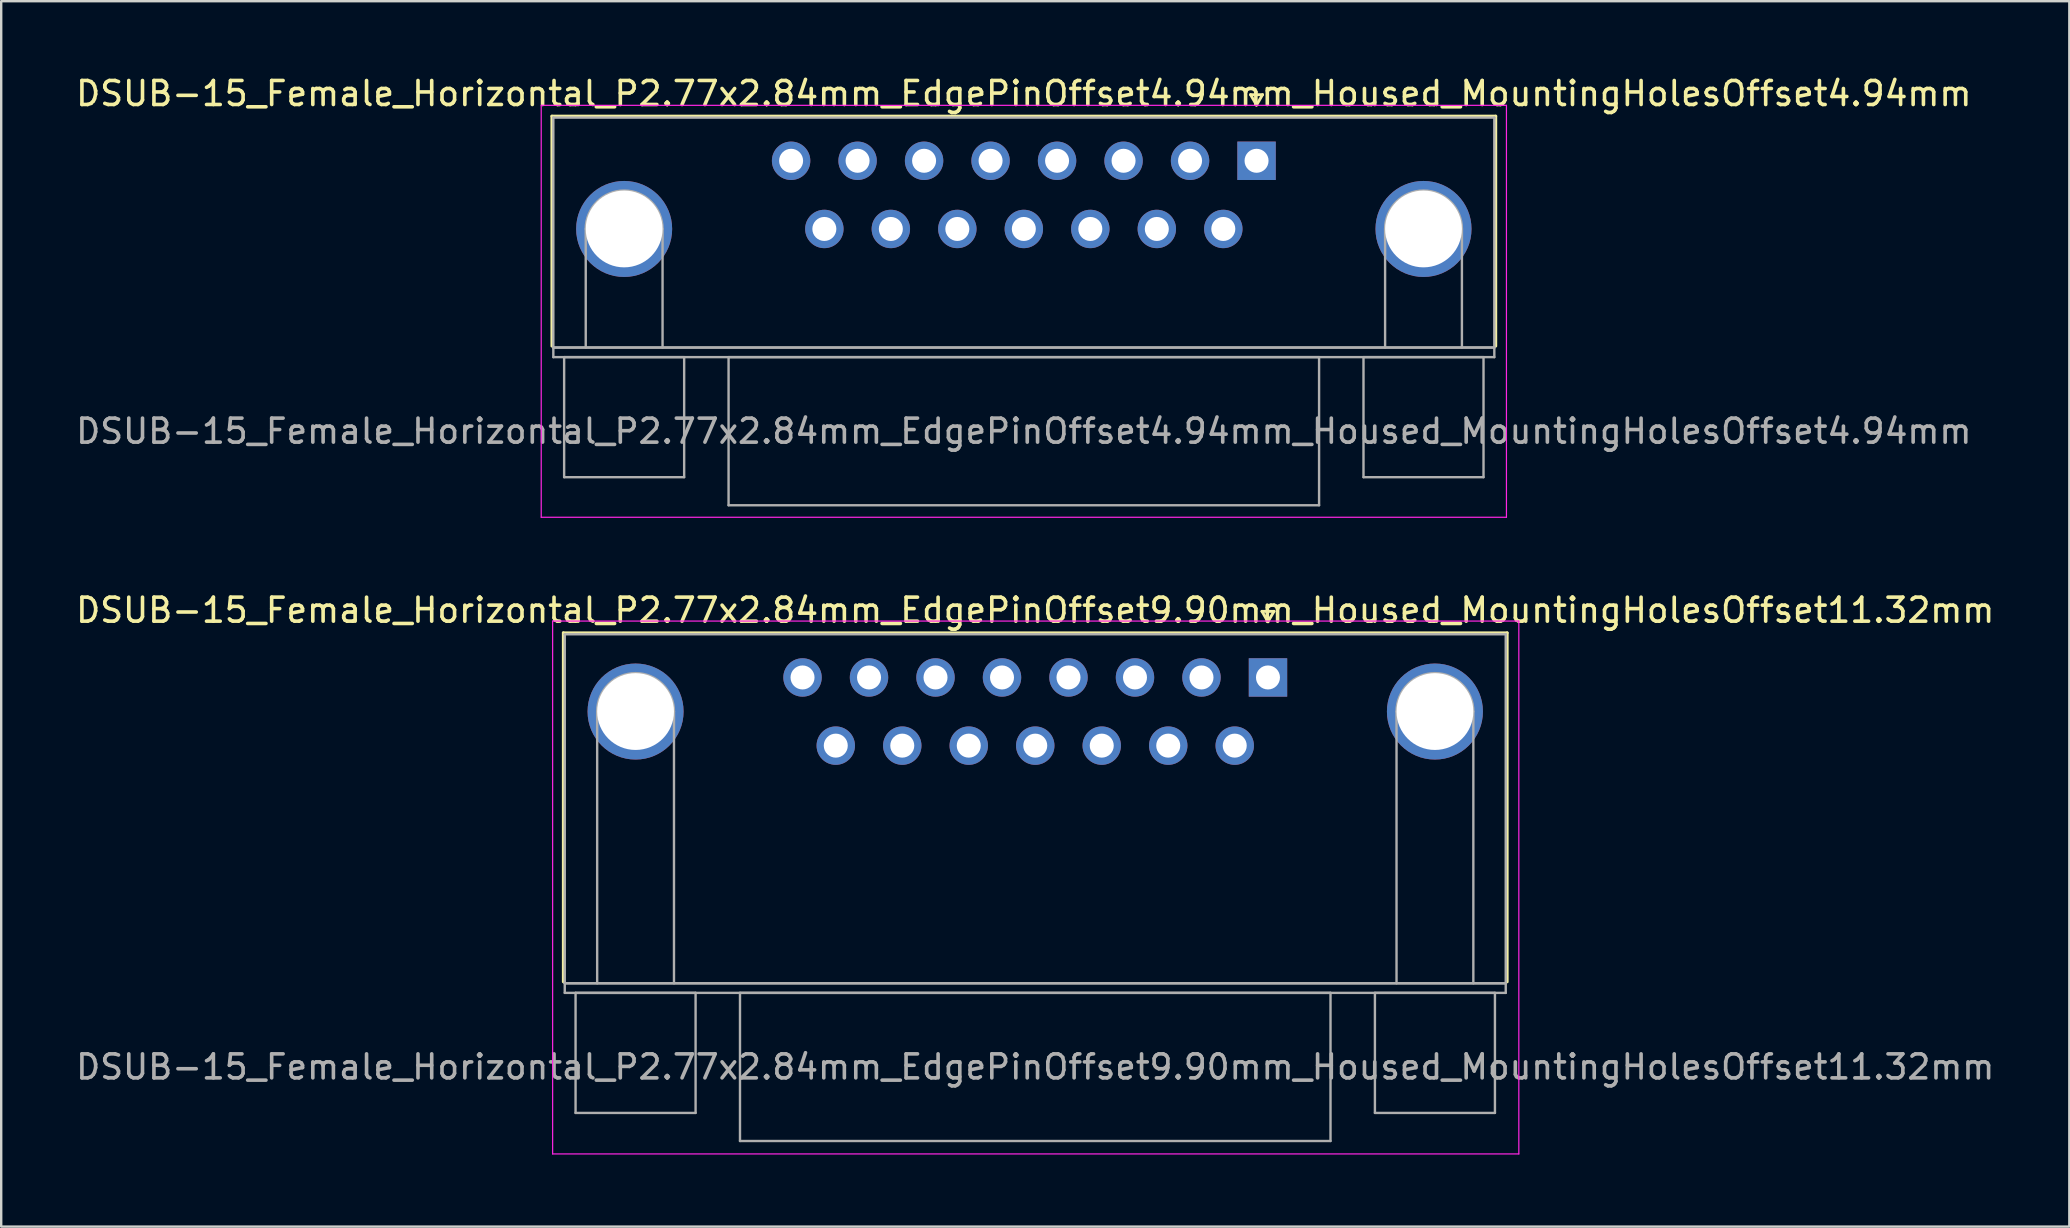
<source format=kicad_pcb>
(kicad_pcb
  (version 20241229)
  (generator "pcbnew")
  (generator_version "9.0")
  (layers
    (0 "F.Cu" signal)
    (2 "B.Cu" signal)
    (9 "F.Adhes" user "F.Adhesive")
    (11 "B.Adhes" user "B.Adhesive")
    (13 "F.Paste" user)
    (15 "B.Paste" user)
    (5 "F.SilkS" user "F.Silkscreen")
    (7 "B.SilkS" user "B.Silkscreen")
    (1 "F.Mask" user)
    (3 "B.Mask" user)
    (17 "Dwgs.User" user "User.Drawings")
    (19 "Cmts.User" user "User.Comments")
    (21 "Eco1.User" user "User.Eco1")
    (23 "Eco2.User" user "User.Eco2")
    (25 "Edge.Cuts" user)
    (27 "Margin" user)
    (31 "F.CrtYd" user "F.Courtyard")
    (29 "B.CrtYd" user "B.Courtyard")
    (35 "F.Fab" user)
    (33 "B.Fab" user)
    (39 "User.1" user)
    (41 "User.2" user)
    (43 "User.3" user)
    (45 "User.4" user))
  (footprint "DSUB-15_Female_Horizontal_P2.77x2.84mm_EdgePinOffset9.90mm_Housed_MountingHolesOffset11.32mm"
    (layer "F.Cu")
    (at 49.772 25.172)
    (property "Reference" "DSUB-15_Female_Horizontal_P2.77x2.84mm_EdgePinOffset9.90mm_Housed_MountingHolesOffset11.32mm" (at -9.695 -2.8 0) (layer "F.SilkS") (effects (font (size 1 1) (thickness 0.15))))
    (attr through_hole)
    (fp_line (start -29.355 -1.86) (end 9.965 -1.86) (stroke (width 0.12) (type solid)) (layer "F.SilkS"))
    (fp_line (start -29.355 12.68) (end -29.355 -1.86) (stroke (width 0.12) (type solid)) (layer "F.SilkS"))
    (fp_line (start -0.25 -2.754) (end 0.25 -2.754) (stroke (width 0.12) (type solid)) (layer "F.SilkS"))
    (fp_line (start 0 -2.321) (end -0.25 -2.754) (stroke (width 0.12) (type solid)) (layer "F.SilkS"))
    (fp_line (start 0.25 -2.754) (end 0 -2.321) (stroke (width 0.12) (type solid)) (layer "F.SilkS"))
    (fp_line (start 9.965 -1.86) (end 9.965 12.68) (stroke (width 0.12) (type solid)) (layer "F.SilkS"))
    (fp_line (start -29.8 -2.35) (end -29.8 19.85) (stroke (width 0.05) (type solid)) (layer "F.CrtYd"))
    (fp_line (start -29.8 19.85) (end 10.45 19.85) (stroke (width 0.05) (type solid)) (layer "F.CrtYd"))
    (fp_line (start 10.45 -2.35) (end -29.8 -2.35) (stroke (width 0.05) (type solid)) (layer "F.CrtYd"))
    (fp_line (start 10.45 19.85) (end 10.45 -2.35) (stroke (width 0.05) (type solid)) (layer "F.CrtYd"))
    (fp_line (start -29.295 -1.8) (end -29.295 12.74) (stroke (width 0.1) (type solid)) (layer "F.Fab"))
    (fp_line (start -29.295 12.74) (end -29.295 13.14) (stroke (width 0.1) (type solid)) (layer "F.Fab"))
    (fp_line (start -29.295 12.74) (end 9.905 12.74) (stroke (width 0.1) (type solid)) (layer "F.Fab"))
    (fp_line (start -29.295 13.14) (end 9.905 13.14) (stroke (width 0.1) (type solid)) (layer "F.Fab"))
    (fp_line (start -28.845 13.14) (end -28.845 18.14) (stroke (width 0.1) (type solid)) (layer "F.Fab"))
    (fp_line (start -28.845 18.14) (end -23.845 18.14) (stroke (width 0.1) (type solid)) (layer "F.Fab"))
    (fp_line (start -27.945 12.74) (end -27.945 1.42) (stroke (width 0.1) (type solid)) (layer "F.Fab"))
    (fp_line (start -24.745 12.74) (end -24.745 1.42) (stroke (width 0.1) (type solid)) (layer "F.Fab"))
    (fp_line (start -23.845 13.14) (end -28.845 13.14) (stroke (width 0.1) (type solid)) (layer "F.Fab"))
    (fp_line (start -23.845 18.14) (end -23.845 13.14) (stroke (width 0.1) (type solid)) (layer "F.Fab"))
    (fp_line (start -21.995 13.14) (end -21.995 19.31) (stroke (width 0.1) (type solid)) (layer "F.Fab"))
    (fp_line (start -21.995 19.31) (end 2.605 19.31) (stroke (width 0.1) (type solid)) (layer "F.Fab"))
    (fp_line (start 2.605 13.14) (end -21.995 13.14) (stroke (width 0.1) (type solid)) (layer "F.Fab"))
    (fp_line (start 2.605 19.31) (end 2.605 13.14) (stroke (width 0.1) (type solid)) (layer "F.Fab"))
    (fp_line (start 4.455 13.14) (end 4.455 18.14) (stroke (width 0.1) (type solid)) (layer "F.Fab"))
    (fp_line (start 4.455 18.14) (end 9.455 18.14) (stroke (width 0.1) (type solid)) (layer "F.Fab"))
    (fp_line (start 5.355 12.74) (end 5.355 1.42) (stroke (width 0.1) (type solid)) (layer "F.Fab"))
    (fp_line (start 8.555 12.74) (end 8.555 1.42) (stroke (width 0.1) (type solid)) (layer "F.Fab"))
    (fp_line (start 9.455 13.14) (end 4.455 13.14) (stroke (width 0.1) (type solid)) (layer "F.Fab"))
    (fp_line (start 9.455 18.14) (end 9.455 13.14) (stroke (width 0.1) (type solid)) (layer "F.Fab"))
    (fp_line (start 9.905 -1.8) (end -29.295 -1.8) (stroke (width 0.1) (type solid)) (layer "F.Fab"))
    (fp_line (start 9.905 12.74) (end -29.295 12.74) (stroke (width 0.1) (type solid)) (layer "F.Fab"))
    (fp_line (start 9.905 12.74) (end 9.905 -1.8) (stroke (width 0.1) (type solid)) (layer "F.Fab"))
    (fp_line (start 9.905 13.14) (end 9.905 12.74) (stroke (width 0.1) (type solid)) (layer "F.Fab"))
    (fp_arc (start -27.945 1.42) (mid -26.345 -0.18) (end -24.745 1.42) (stroke (width 0.1) (type solid)) (layer "F.Fab"))
    (fp_arc (start 5.355 1.42) (mid 6.955 -0.18) (end 8.555 1.42) (stroke (width 0.1) (type solid)) (layer "F.Fab"))
    (fp_text user "${REFERENCE}" (at -9.695 16.225 0) (layer "F.Fab") (effects (font (size 1 1) (thickness 0.15))))
    (pad "0" thru_hole circle (at -26.345 1.42) (size 4 4) (drill 3.2) (layers "*.Cu" "*.Mask"))
    (pad "0" thru_hole circle (at 6.955 1.42) (size 4 4) (drill 3.2) (layers "*.Cu" "*.Mask"))
    (pad "1" thru_hole rect (at 0 0) (size 1.6 1.6) (drill 1) (layers "*.Cu" "*.Mask"))
    (pad "2" thru_hole circle (at -2.77 0) (size 1.6 1.6) (drill 1) (layers "*.Cu" "*.Mask"))
    (pad "3" thru_hole circle (at -5.54 0) (size 1.6 1.6) (drill 1) (layers "*.Cu" "*.Mask"))
    (pad "4" thru_hole circle (at -8.31 0) (size 1.6 1.6) (drill 1) (layers "*.Cu" "*.Mask"))
    (pad "5" thru_hole circle (at -11.08 0) (size 1.6 1.6) (drill 1) (layers "*.Cu" "*.Mask"))
    (pad "6" thru_hole circle (at -13.85 0) (size 1.6 1.6) (drill 1) (layers "*.Cu" "*.Mask"))
    (pad "7" thru_hole circle (at -16.62 0) (size 1.6 1.6) (drill 1) (layers "*.Cu" "*.Mask"))
    (pad "8" thru_hole circle (at -19.39 0) (size 1.6 1.6) (drill 1) (layers "*.Cu" "*.Mask"))
    (pad "9" thru_hole circle (at -1.385 2.84) (size 1.6 1.6) (drill 1) (layers "*.Cu" "*.Mask"))
    (pad "10" thru_hole circle (at -4.155 2.84) (size 1.6 1.6) (drill 1) (layers "*.Cu" "*.Mask"))
    (pad "11" thru_hole circle (at -6.925 2.84) (size 1.6 1.6) (drill 1) (layers "*.Cu" "*.Mask"))
    (pad "12" thru_hole circle (at -9.695 2.84) (size 1.6 1.6) (drill 1) (layers "*.Cu" "*.Mask"))
    (pad "13" thru_hole circle (at -12.465 2.84) (size 1.6 1.6) (drill 1) (layers "*.Cu" "*.Mask"))
    (pad "14" thru_hole circle (at -15.235 2.84) (size 1.6 1.6) (drill 1) (layers "*.Cu" "*.Mask"))
    (pad "15" thru_hole circle (at -18.005 2.84) (size 1.6 1.6) (drill 1) (layers "*.Cu" "*.Mask")))
  (footprint "DSUB-15_Female_Horizontal_P2.77x2.84mm_EdgePinOffset4.94mm_Housed_MountingHolesOffset4.94mm"
    (layer "F.Cu")
    (at 49.296 3.648)
    (property "Reference" "DSUB-15_Female_Horizontal_P2.77x2.84mm_EdgePinOffset4.94mm_Housed_MountingHolesOffset4.94mm" (at -9.695 -2.8 0) (layer "F.SilkS") (effects (font (size 1 1) (thickness 0.15))))
    (attr through_hole)
    (fp_line (start -29.355 -1.86) (end 9.965 -1.86) (stroke (width 0.12) (type solid)) (layer "F.SilkS"))
    (fp_line (start -29.355 7.72) (end -29.355 -1.86) (stroke (width 0.12) (type solid)) (layer "F.SilkS"))
    (fp_line (start -0.25 -2.754) (end 0.25 -2.754) (stroke (width 0.12) (type solid)) (layer "F.SilkS"))
    (fp_line (start 0 -2.321) (end -0.25 -2.754) (stroke (width 0.12) (type solid)) (layer "F.SilkS"))
    (fp_line (start 0.25 -2.754) (end 0 -2.321) (stroke (width 0.12) (type solid)) (layer "F.SilkS"))
    (fp_line (start 9.965 -1.86) (end 9.965 7.72) (stroke (width 0.12) (type solid)) (layer "F.SilkS"))
    (fp_line (start -29.8 -2.31) (end -29.8 14.85) (stroke (width 0.05) (type solid)) (layer "F.CrtYd"))
    (fp_line (start -29.8 14.85) (end 10.41 14.85) (stroke (width 0.05) (type solid)) (layer "F.CrtYd"))
    (fp_line (start 10.41 -2.31) (end -29.8 -2.31) (stroke (width 0.05) (type solid)) (layer "F.CrtYd"))
    (fp_line (start 10.41 14.85) (end 10.41 -2.31) (stroke (width 0.05) (type solid)) (layer "F.CrtYd"))
    (fp_line (start -29.295 -1.8) (end -29.295 7.78) (stroke (width 0.1) (type solid)) (layer "F.Fab"))
    (fp_line (start -29.295 7.78) (end -29.295 8.18) (stroke (width 0.1) (type solid)) (layer "F.Fab"))
    (fp_line (start -29.295 7.78) (end 9.905 7.78) (stroke (width 0.1) (type solid)) (layer "F.Fab"))
    (fp_line (start -29.295 8.18) (end 9.905 8.18) (stroke (width 0.1) (type solid)) (layer "F.Fab"))
    (fp_line (start -28.845 8.18) (end -28.845 13.18) (stroke (width 0.1) (type solid)) (layer "F.Fab"))
    (fp_line (start -28.845 13.18) (end -23.845 13.18) (stroke (width 0.1) (type solid)) (layer "F.Fab"))
    (fp_line (start -27.945 7.78) (end -27.945 2.84) (stroke (width 0.1) (type solid)) (layer "F.Fab"))
    (fp_line (start -24.745 7.78) (end -24.745 2.84) (stroke (width 0.1) (type solid)) (layer "F.Fab"))
    (fp_line (start -23.845 8.18) (end -28.845 8.18) (stroke (width 0.1) (type solid)) (layer "F.Fab"))
    (fp_line (start -23.845 13.18) (end -23.845 8.18) (stroke (width 0.1) (type solid)) (layer "F.Fab"))
    (fp_line (start -21.995 8.18) (end -21.995 14.35) (stroke (width 0.1) (type solid)) (layer "F.Fab"))
    (fp_line (start -21.995 14.35) (end 2.605 14.35) (stroke (width 0.1) (type solid)) (layer "F.Fab"))
    (fp_line (start 2.605 8.18) (end -21.995 8.18) (stroke (width 0.1) (type solid)) (layer "F.Fab"))
    (fp_line (start 2.605 14.35) (end 2.605 8.18) (stroke (width 0.1) (type solid)) (layer "F.Fab"))
    (fp_line (start 4.455 8.18) (end 4.455 13.18) (stroke (width 0.1) (type solid)) (layer "F.Fab"))
    (fp_line (start 4.455 13.18) (end 9.455 13.18) (stroke (width 0.1) (type solid)) (layer "F.Fab"))
    (fp_line (start 5.355 7.78) (end 5.355 2.84) (stroke (width 0.1) (type solid)) (layer "F.Fab"))
    (fp_line (start 8.555 7.78) (end 8.555 2.84) (stroke (width 0.1) (type solid)) (layer "F.Fab"))
    (fp_line (start 9.455 8.18) (end 4.455 8.18) (stroke (width 0.1) (type solid)) (layer "F.Fab"))
    (fp_line (start 9.455 13.18) (end 9.455 8.18) (stroke (width 0.1) (type solid)) (layer "F.Fab"))
    (fp_line (start 9.905 -1.8) (end -29.295 -1.8) (stroke (width 0.1) (type solid)) (layer "F.Fab"))
    (fp_line (start 9.905 7.78) (end -29.295 7.78) (stroke (width 0.1) (type solid)) (layer "F.Fab"))
    (fp_line (start 9.905 7.78) (end 9.905 -1.8) (stroke (width 0.1) (type solid)) (layer "F.Fab"))
    (fp_line (start 9.905 8.18) (end 9.905 7.78) (stroke (width 0.1) (type solid)) (layer "F.Fab"))
    (fp_arc (start -27.945 2.84) (mid -26.345 1.24) (end -24.745 2.84) (stroke (width 0.1) (type solid)) (layer "F.Fab"))
    (fp_arc (start 5.355 2.84) (mid 6.955 1.24) (end 8.555 2.84) (stroke (width 0.1) (type solid)) (layer "F.Fab"))
    (fp_text user "${REFERENCE}" (at -9.695 11.265 0) (layer "F.Fab") (effects (font (size 1 1) (thickness 0.15))))
    (pad "0" thru_hole circle (at -26.345 2.84) (size 4 4) (drill 3.2) (layers "*.Cu" "*.Mask"))
    (pad "0" thru_hole circle (at 6.955 2.84) (size 4 4) (drill 3.2) (layers "*.Cu" "*.Mask"))
    (pad "1" thru_hole rect (at 0 0) (size 1.6 1.6) (drill 1) (layers "*.Cu" "*.Mask"))
    (pad "2" thru_hole circle (at -2.77 0) (size 1.6 1.6) (drill 1) (layers "*.Cu" "*.Mask"))
    (pad "3" thru_hole circle (at -5.54 0) (size 1.6 1.6) (drill 1) (layers "*.Cu" "*.Mask"))
    (pad "4" thru_hole circle (at -8.31 0) (size 1.6 1.6) (drill 1) (layers "*.Cu" "*.Mask"))
    (pad "5" thru_hole circle (at -11.08 0) (size 1.6 1.6) (drill 1) (layers "*.Cu" "*.Mask"))
    (pad "6" thru_hole circle (at -13.85 0) (size 1.6 1.6) (drill 1) (layers "*.Cu" "*.Mask"))
    (pad "7" thru_hole circle (at -16.62 0) (size 1.6 1.6) (drill 1) (layers "*.Cu" "*.Mask"))
    (pad "8" thru_hole circle (at -19.39 0) (size 1.6 1.6) (drill 1) (layers "*.Cu" "*.Mask"))
    (pad "9" thru_hole circle (at -1.385 2.84) (size 1.6 1.6) (drill 1) (layers "*.Cu" "*.Mask"))
    (pad "10" thru_hole circle (at -4.155 2.84) (size 1.6 1.6) (drill 1) (layers "*.Cu" "*.Mask"))
    (pad "11" thru_hole circle (at -6.925 2.84) (size 1.6 1.6) (drill 1) (layers "*.Cu" "*.Mask"))
    (pad "12" thru_hole circle (at -9.695 2.84) (size 1.6 1.6) (drill 1) (layers "*.Cu" "*.Mask"))
    (pad "13" thru_hole circle (at -12.465 2.84) (size 1.6 1.6) (drill 1) (layers "*.Cu" "*.Mask"))
    (pad "14" thru_hole circle (at -15.235 2.84) (size 1.6 1.6) (drill 1) (layers "*.Cu" "*.Mask"))
    (pad "15" thru_hole circle (at -18.005 2.84) (size 1.6 1.6) (drill 1) (layers "*.Cu" "*.Mask")))
  (gr_rect
    (start -3 -3)
    (end 83.155 48.047)
    (stroke (width 0.1) (type default))
    (fill no)
    (layer "Edge.Cuts")))
</source>
